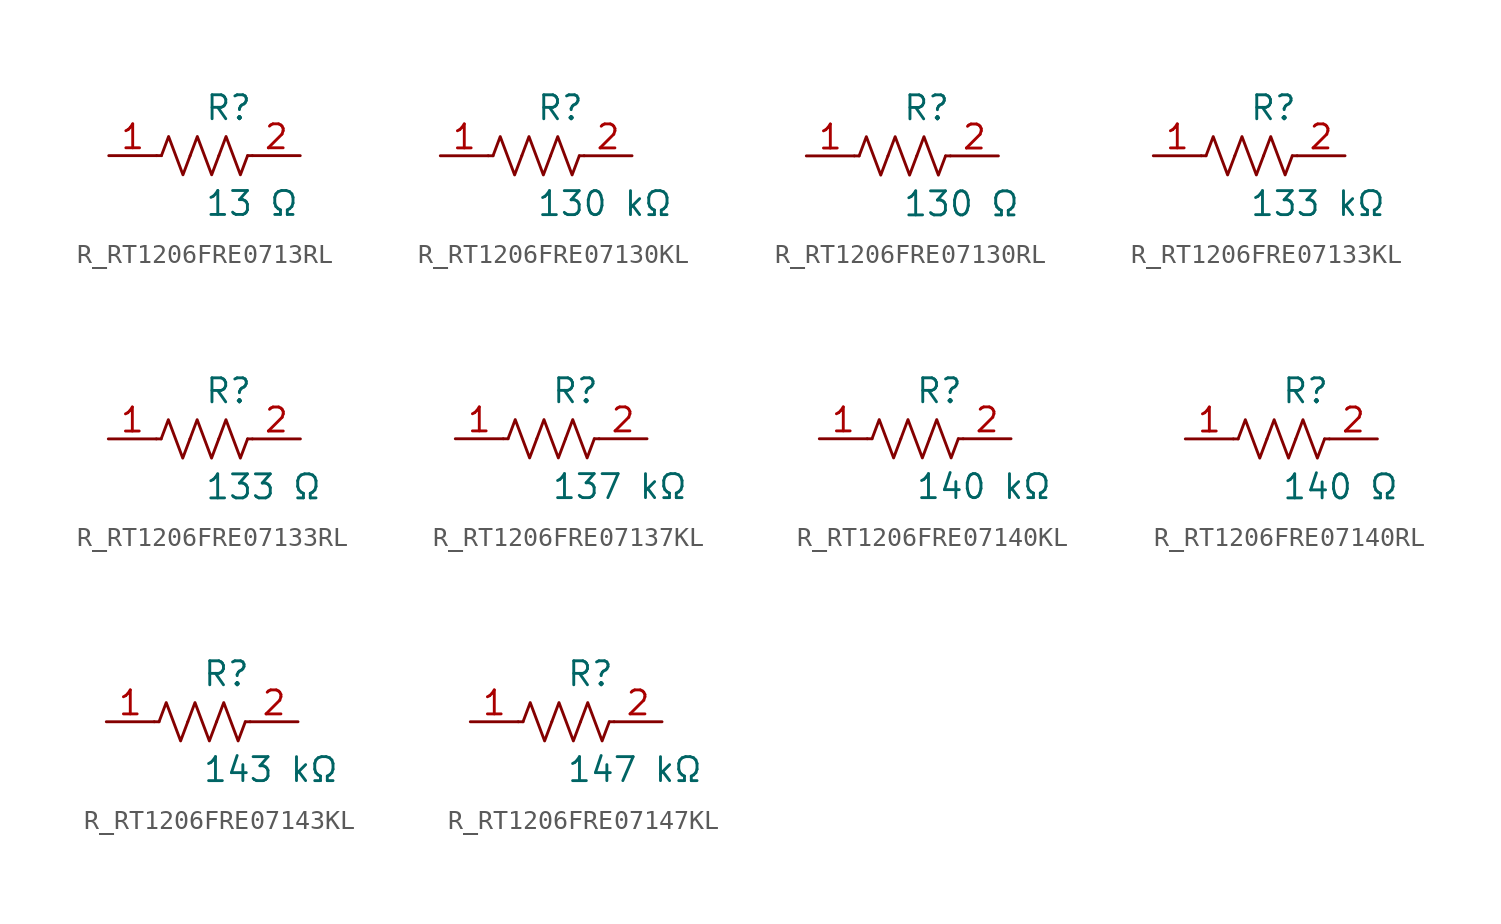
<source format=kicad_sym>
(kicad_symbol_lib
  (version 20231120)
  (generator kicad_symbol_editor)
  (generator_version 8.0)
  (symbol "R_RT1206FRE0713RL"
    (pin_names
      (offset 0.254))
    (property "Reference" "R"
      (at 0 2.54 0)
      (effects (font (size 1.27 1.27)) (justify left)))
    (property "Value" "13 Ω"
      (at 0 -2.54 0)
      (effects (font (size 1.27 1.27)) (justify left)))
    (symbol "R_RT1206FRE0713RL_0_1"
      (polyline (pts (xy 2.286 0) (xy 2.54 0)) (stroke (width 0) (type default)) (fill (type none)))
      (polyline (pts (xy -2.286 0) (xy -2.54 0)) (stroke (width 0) (type default)) (fill (type none)))
      (polyline (pts (xy 0.762 0) (xy 1.143 1.016) (xy 1.524 0) (xy 1.905 -1.016) (xy 2.286 0)) (stroke (width 0) (type default)) (fill (type none)))
      (polyline (pts (xy -0.762 0) (xy -0.381 1.016) (xy 0 0) (xy 0.381 -1.016) (xy 0.762 0)) (stroke (width 0) (type default)) (fill (type none)))
      (polyline (pts (xy -2.286 0) (xy -1.905 1.016) (xy -1.524 0) (xy -1.143 -1.016) (xy -0.762 0)) (stroke (width 0) (type default)) (fill (type none))))
    (pin unspecified line
      (at -5.08 0 0)
      (length 2.54)
      (name "" (effects (font (size 1.27 1.27))))
      (number "1" (effects (font (size 1.27 1.27)))))
    (pin unspecified line
      (at 5.08 0 180)
      (length 2.54)
      (name "" (effects (font (size 1.27 1.27))))
      (number "2" (effects (font (size 1.27 1.27))))))
  (symbol "R_RT1206FRE07130KL"
    (pin_names
      (offset 0.254))
    (property "Reference" "R"
      (at 0 2.54 0)
      (effects (font (size 1.27 1.27)) (justify left)))
    (property "Value" "130 kΩ"
      (at 0 -2.54 0)
      (effects (font (size 1.27 1.27)) (justify left)))
    (symbol "R_RT1206FRE07130KL_0_1"
      (polyline (pts (xy 2.286 0) (xy 2.54 0)) (stroke (width 0) (type default)) (fill (type none)))
      (polyline (pts (xy -2.286 0) (xy -2.54 0)) (stroke (width 0) (type default)) (fill (type none)))
      (polyline (pts (xy 0.762 0) (xy 1.143 1.016) (xy 1.524 0) (xy 1.905 -1.016) (xy 2.286 0)) (stroke (width 0) (type default)) (fill (type none)))
      (polyline (pts (xy -0.762 0) (xy -0.381 1.016) (xy 0 0) (xy 0.381 -1.016) (xy 0.762 0)) (stroke (width 0) (type default)) (fill (type none)))
      (polyline (pts (xy -2.286 0) (xy -1.905 1.016) (xy -1.524 0) (xy -1.143 -1.016) (xy -0.762 0)) (stroke (width 0) (type default)) (fill (type none))))
    (pin unspecified line
      (at -5.08 0 0)
      (length 2.54)
      (name "" (effects (font (size 1.27 1.27))))
      (number "1" (effects (font (size 1.27 1.27)))))
    (pin unspecified line
      (at 5.08 0 180)
      (length 2.54)
      (name "" (effects (font (size 1.27 1.27))))
      (number "2" (effects (font (size 1.27 1.27))))))
  (symbol "R_RT1206FRE07130RL"
    (pin_names
      (offset 0.254))
    (property "Reference" "R"
      (at 0 2.54 0)
      (effects (font (size 1.27 1.27)) (justify left)))
    (property "Value" "130 Ω"
      (at 0 -2.54 0)
      (effects (font (size 1.27 1.27)) (justify left)))
    (symbol "R_RT1206FRE07130RL_0_1"
      (polyline (pts (xy 2.286 0) (xy 2.54 0)) (stroke (width 0) (type default)) (fill (type none)))
      (polyline (pts (xy -2.286 0) (xy -2.54 0)) (stroke (width 0) (type default)) (fill (type none)))
      (polyline (pts (xy 0.762 0) (xy 1.143 1.016) (xy 1.524 0) (xy 1.905 -1.016) (xy 2.286 0)) (stroke (width 0) (type default)) (fill (type none)))
      (polyline (pts (xy -0.762 0) (xy -0.381 1.016) (xy 0 0) (xy 0.381 -1.016) (xy 0.762 0)) (stroke (width 0) (type default)) (fill (type none)))
      (polyline (pts (xy -2.286 0) (xy -1.905 1.016) (xy -1.524 0) (xy -1.143 -1.016) (xy -0.762 0)) (stroke (width 0) (type default)) (fill (type none))))
    (pin unspecified line
      (at -5.08 0 0)
      (length 2.54)
      (name "" (effects (font (size 1.27 1.27))))
      (number "1" (effects (font (size 1.27 1.27)))))
    (pin unspecified line
      (at 5.08 0 180)
      (length 2.54)
      (name "" (effects (font (size 1.27 1.27))))
      (number "2" (effects (font (size 1.27 1.27))))))
  (symbol "R_RT1206FRE07133KL"
    (pin_names
      (offset 0.254))
    (property "Reference" "R"
      (at 0 2.54 0)
      (effects (font (size 1.27 1.27)) (justify left)))
    (property "Value" "133 kΩ"
      (at 0 -2.54 0)
      (effects (font (size 1.27 1.27)) (justify left)))
    (symbol "R_RT1206FRE07133KL_0_1"
      (polyline (pts (xy 2.286 0) (xy 2.54 0)) (stroke (width 0) (type default)) (fill (type none)))
      (polyline (pts (xy -2.286 0) (xy -2.54 0)) (stroke (width 0) (type default)) (fill (type none)))
      (polyline (pts (xy 0.762 0) (xy 1.143 1.016) (xy 1.524 0) (xy 1.905 -1.016) (xy 2.286 0)) (stroke (width 0) (type default)) (fill (type none)))
      (polyline (pts (xy -0.762 0) (xy -0.381 1.016) (xy 0 0) (xy 0.381 -1.016) (xy 0.762 0)) (stroke (width 0) (type default)) (fill (type none)))
      (polyline (pts (xy -2.286 0) (xy -1.905 1.016) (xy -1.524 0) (xy -1.143 -1.016) (xy -0.762 0)) (stroke (width 0) (type default)) (fill (type none))))
    (pin unspecified line
      (at -5.08 0 0)
      (length 2.54)
      (name "" (effects (font (size 1.27 1.27))))
      (number "1" (effects (font (size 1.27 1.27)))))
    (pin unspecified line
      (at 5.08 0 180)
      (length 2.54)
      (name "" (effects (font (size 1.27 1.27))))
      (number "2" (effects (font (size 1.27 1.27))))))
  (symbol "R_RT1206FRE07133RL"
    (pin_names
      (offset 0.254))
    (property "Reference" "R"
      (at 0 2.54 0)
      (effects (font (size 1.27 1.27)) (justify left)))
    (property "Value" "133 Ω"
      (at 0 -2.54 0)
      (effects (font (size 1.27 1.27)) (justify left)))
    (symbol "R_RT1206FRE07133RL_0_1"
      (polyline (pts (xy 2.286 0) (xy 2.54 0)) (stroke (width 0) (type default)) (fill (type none)))
      (polyline (pts (xy -2.286 0) (xy -2.54 0)) (stroke (width 0) (type default)) (fill (type none)))
      (polyline (pts (xy 0.762 0) (xy 1.143 1.016) (xy 1.524 0) (xy 1.905 -1.016) (xy 2.286 0)) (stroke (width 0) (type default)) (fill (type none)))
      (polyline (pts (xy -0.762 0) (xy -0.381 1.016) (xy 0 0) (xy 0.381 -1.016) (xy 0.762 0)) (stroke (width 0) (type default)) (fill (type none)))
      (polyline (pts (xy -2.286 0) (xy -1.905 1.016) (xy -1.524 0) (xy -1.143 -1.016) (xy -0.762 0)) (stroke (width 0) (type default)) (fill (type none))))
    (pin unspecified line
      (at -5.08 0 0)
      (length 2.54)
      (name "" (effects (font (size 1.27 1.27))))
      (number "1" (effects (font (size 1.27 1.27)))))
    (pin unspecified line
      (at 5.08 0 180)
      (length 2.54)
      (name "" (effects (font (size 1.27 1.27))))
      (number "2" (effects (font (size 1.27 1.27))))))
  (symbol "R_RT1206FRE07137KL"
    (pin_names
      (offset 0.254))
    (property "Reference" "R"
      (at 0 2.54 0)
      (effects (font (size 1.27 1.27)) (justify left)))
    (property "Value" "137 kΩ"
      (at 0 -2.54 0)
      (effects (font (size 1.27 1.27)) (justify left)))
    (symbol "R_RT1206FRE07137KL_0_1"
      (polyline (pts (xy 2.286 0) (xy 2.54 0)) (stroke (width 0) (type default)) (fill (type none)))
      (polyline (pts (xy -2.286 0) (xy -2.54 0)) (stroke (width 0) (type default)) (fill (type none)))
      (polyline (pts (xy 0.762 0) (xy 1.143 1.016) (xy 1.524 0) (xy 1.905 -1.016) (xy 2.286 0)) (stroke (width 0) (type default)) (fill (type none)))
      (polyline (pts (xy -0.762 0) (xy -0.381 1.016) (xy 0 0) (xy 0.381 -1.016) (xy 0.762 0)) (stroke (width 0) (type default)) (fill (type none)))
      (polyline (pts (xy -2.286 0) (xy -1.905 1.016) (xy -1.524 0) (xy -1.143 -1.016) (xy -0.762 0)) (stroke (width 0) (type default)) (fill (type none))))
    (pin unspecified line
      (at -5.08 0 0)
      (length 2.54)
      (name "" (effects (font (size 1.27 1.27))))
      (number "1" (effects (font (size 1.27 1.27)))))
    (pin unspecified line
      (at 5.08 0 180)
      (length 2.54)
      (name "" (effects (font (size 1.27 1.27))))
      (number "2" (effects (font (size 1.27 1.27))))))
  (symbol "R_RT1206FRE07140KL"
    (pin_names
      (offset 0.254))
    (property "Reference" "R"
      (at 0 2.54 0)
      (effects (font (size 1.27 1.27)) (justify left)))
    (property "Value" "140 kΩ"
      (at 0 -2.54 0)
      (effects (font (size 1.27 1.27)) (justify left)))
    (symbol "R_RT1206FRE07140KL_0_1"
      (polyline (pts (xy 2.286 0) (xy 2.54 0)) (stroke (width 0) (type default)) (fill (type none)))
      (polyline (pts (xy -2.286 0) (xy -2.54 0)) (stroke (width 0) (type default)) (fill (type none)))
      (polyline (pts (xy 0.762 0) (xy 1.143 1.016) (xy 1.524 0) (xy 1.905 -1.016) (xy 2.286 0)) (stroke (width 0) (type default)) (fill (type none)))
      (polyline (pts (xy -0.762 0) (xy -0.381 1.016) (xy 0 0) (xy 0.381 -1.016) (xy 0.762 0)) (stroke (width 0) (type default)) (fill (type none)))
      (polyline (pts (xy -2.286 0) (xy -1.905 1.016) (xy -1.524 0) (xy -1.143 -1.016) (xy -0.762 0)) (stroke (width 0) (type default)) (fill (type none))))
    (pin unspecified line
      (at -5.08 0 0)
      (length 2.54)
      (name "" (effects (font (size 1.27 1.27))))
      (number "1" (effects (font (size 1.27 1.27)))))
    (pin unspecified line
      (at 5.08 0 180)
      (length 2.54)
      (name "" (effects (font (size 1.27 1.27))))
      (number "2" (effects (font (size 1.27 1.27))))))
  (symbol "R_RT1206FRE07140RL"
    (pin_names
      (offset 0.254))
    (property "Reference" "R"
      (at 0 2.54 0)
      (effects (font (size 1.27 1.27)) (justify left)))
    (property "Value" "140 Ω"
      (at 0 -2.54 0)
      (effects (font (size 1.27 1.27)) (justify left)))
    (symbol "R_RT1206FRE07140RL_0_1"
      (polyline (pts (xy 2.286 0) (xy 2.54 0)) (stroke (width 0) (type default)) (fill (type none)))
      (polyline (pts (xy -2.286 0) (xy -2.54 0)) (stroke (width 0) (type default)) (fill (type none)))
      (polyline (pts (xy 0.762 0) (xy 1.143 1.016) (xy 1.524 0) (xy 1.905 -1.016) (xy 2.286 0)) (stroke (width 0) (type default)) (fill (type none)))
      (polyline (pts (xy -0.762 0) (xy -0.381 1.016) (xy 0 0) (xy 0.381 -1.016) (xy 0.762 0)) (stroke (width 0) (type default)) (fill (type none)))
      (polyline (pts (xy -2.286 0) (xy -1.905 1.016) (xy -1.524 0) (xy -1.143 -1.016) (xy -0.762 0)) (stroke (width 0) (type default)) (fill (type none))))
    (pin unspecified line
      (at -5.08 0 0)
      (length 2.54)
      (name "" (effects (font (size 1.27 1.27))))
      (number "1" (effects (font (size 1.27 1.27)))))
    (pin unspecified line
      (at 5.08 0 180)
      (length 2.54)
      (name "" (effects (font (size 1.27 1.27))))
      (number "2" (effects (font (size 1.27 1.27))))))
  (symbol "R_RT1206FRE07143KL"
    (pin_names
      (offset 0.254))
    (property "Reference" "R"
      (at 0 2.54 0)
      (effects (font (size 1.27 1.27)) (justify left)))
    (property "Value" "143 kΩ"
      (at 0 -2.54 0)
      (effects (font (size 1.27 1.27)) (justify left)))
    (symbol "R_RT1206FRE07143KL_0_1"
      (polyline (pts (xy 2.286 0) (xy 2.54 0)) (stroke (width 0) (type default)) (fill (type none)))
      (polyline (pts (xy -2.286 0) (xy -2.54 0)) (stroke (width 0) (type default)) (fill (type none)))
      (polyline (pts (xy 0.762 0) (xy 1.143 1.016) (xy 1.524 0) (xy 1.905 -1.016) (xy 2.286 0)) (stroke (width 0) (type default)) (fill (type none)))
      (polyline (pts (xy -0.762 0) (xy -0.381 1.016) (xy 0 0) (xy 0.381 -1.016) (xy 0.762 0)) (stroke (width 0) (type default)) (fill (type none)))
      (polyline (pts (xy -2.286 0) (xy -1.905 1.016) (xy -1.524 0) (xy -1.143 -1.016) (xy -0.762 0)) (stroke (width 0) (type default)) (fill (type none))))
    (pin unspecified line
      (at -5.08 0 0)
      (length 2.54)
      (name "" (effects (font (size 1.27 1.27))))
      (number "1" (effects (font (size 1.27 1.27)))))
    (pin unspecified line
      (at 5.08 0 180)
      (length 2.54)
      (name "" (effects (font (size 1.27 1.27))))
      (number "2" (effects (font (size 1.27 1.27))))))
  (symbol "R_RT1206FRE07147KL"
    (pin_names
      (offset 0.254))
    (property "Reference" "R"
      (at 0 2.54 0)
      (effects (font (size 1.27 1.27)) (justify left)))
    (property "Value" "147 kΩ"
      (at 0 -2.54 0)
      (effects (font (size 1.27 1.27)) (justify left)))
    (symbol "R_RT1206FRE07147KL_0_1"
      (polyline (pts (xy 2.286 0) (xy 2.54 0)) (stroke (width 0) (type default)) (fill (type none)))
      (polyline (pts (xy -2.286 0) (xy -2.54 0)) (stroke (width 0) (type default)) (fill (type none)))
      (polyline (pts (xy 0.762 0) (xy 1.143 1.016) (xy 1.524 0) (xy 1.905 -1.016) (xy 2.286 0)) (stroke (width 0) (type default)) (fill (type none)))
      (polyline (pts (xy -0.762 0) (xy -0.381 1.016) (xy 0 0) (xy 0.381 -1.016) (xy 0.762 0)) (stroke (width 0) (type default)) (fill (type none)))
      (polyline (pts (xy -2.286 0) (xy -1.905 1.016) (xy -1.524 0) (xy -1.143 -1.016) (xy -0.762 0)) (stroke (width 0) (type default)) (fill (type none))))
    (pin unspecified line
      (at -5.08 0 0)
      (length 2.54)
      (name "" (effects (font (size 1.27 1.27))))
      (number "1" (effects (font (size 1.27 1.27)))))
    (pin unspecified line
      (at 5.08 0 180)
      (length 2.54)
      (name "" (effects (font (size 1.27 1.27))))
      (number "2" (effects (font (size 1.27 1.27)))))))
</source>
